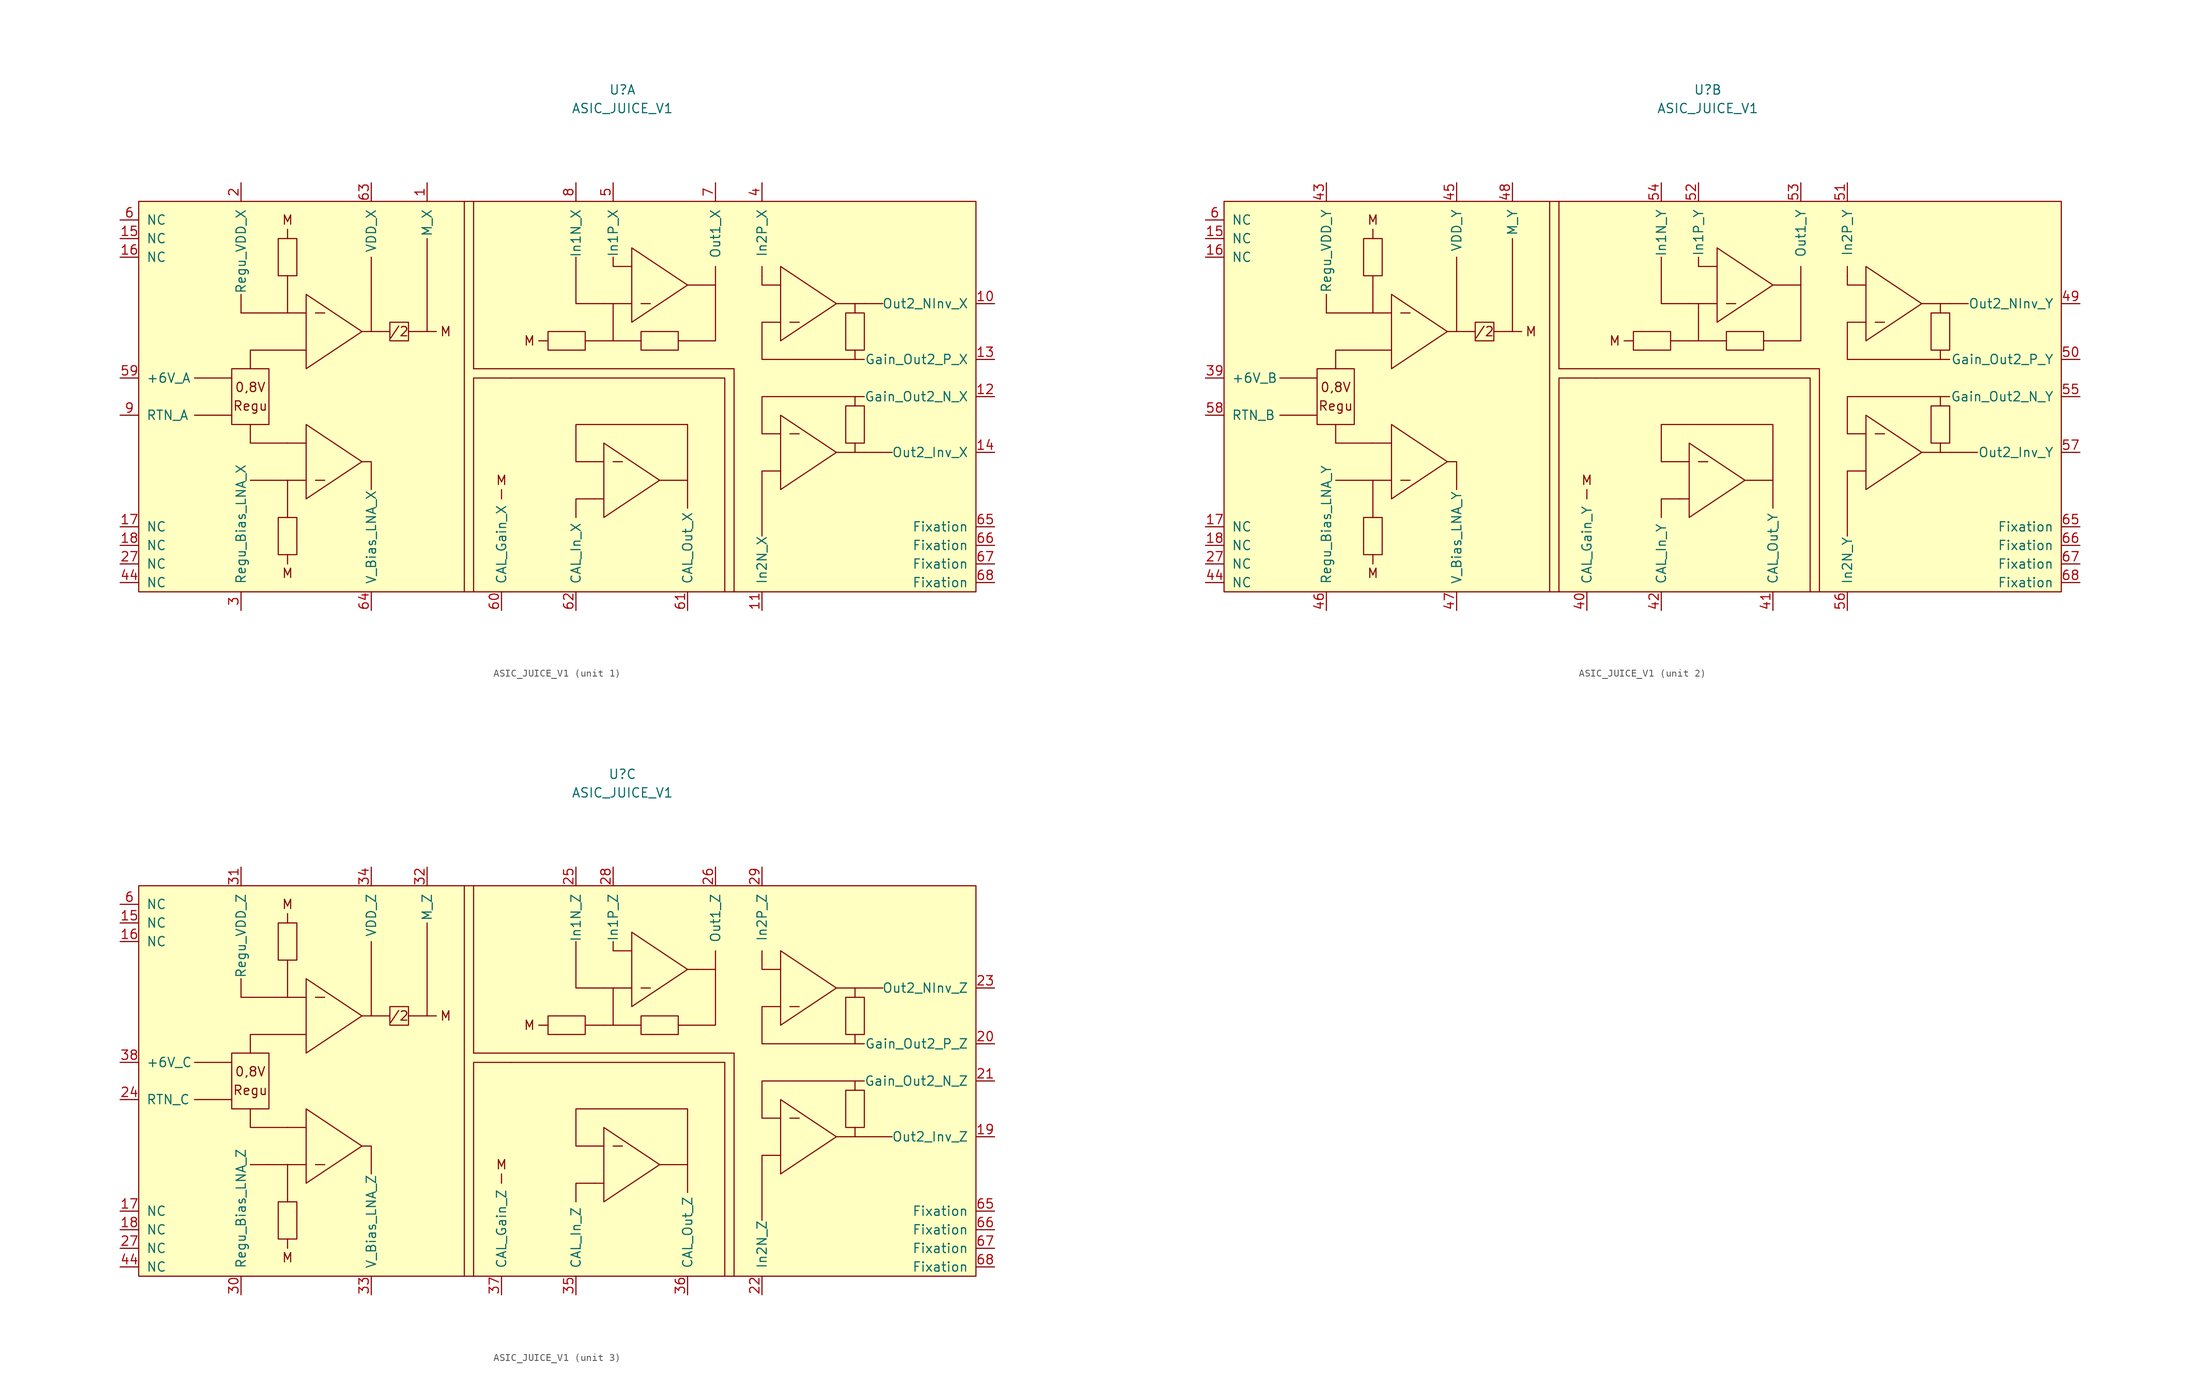
<source format=kicad_sym>
(kicad_symbol_lib
  (version 20211014)
  (generator kicad_symbol_editor)
  (symbol "ASIC_JUICE_V1"
    (pin_names
      (offset 1.016))
    (property "Reference" "U"
      (at 0 39.37 0)
      (effects (font (size 1.27 1.27))))
    (property "Value" "ASIC_JUICE_V1"
      (at 0 36.83 0)
      (effects (font (size 1.27 1.27))))
    (symbol "ASIC_JUICE_V1_0_0"
      (rectangle (start -46.99 13.97) (end -44.45 19.05) (stroke (width 0) (type default) (color 0 0 0 0)) (fill (type none)))
      (rectangle (start -44.45 -24.13) (end -46.99 -19.05) (stroke (width 0) (type default) (color 0 0 0 0)) (fill (type none)))
      (rectangle (start -31.75 5.08) (end -29.21 7.62) (stroke (width 0) (type default) (color 0 0 0 0)) (fill (type none)))
      (rectangle (start -10.16 3.81) (end -5.08 6.35) (stroke (width 0) (type default) (color 0 0 0 0)) (fill (type none)))
      (polyline (pts (xy -53.34 0) (xy -58.42 0)) (stroke (width 0) (type default) (color 0 0 0 0)) (fill (type none)))
      (polyline (pts (xy -52.07 8.89) (xy -52.07 11.43)) (stroke (width 0) (type default) (color 0 0 0 0)) (fill (type none)))
      (polyline (pts (xy -48.26 -13.97) (xy -50.8 -13.97)) (stroke (width 0) (type default) (color 0 0 0 0)) (fill (type none)))
      (polyline (pts (xy -45.72 -24.13) (xy -45.72 -25.4)) (stroke (width 0) (type default) (color 0 0 0 0)) (fill (type none)))
      (polyline (pts (xy -45.72 -13.97) (xy -48.26 -13.97)) (stroke (width 0) (type default) (color 0 0 0 0)) (fill (type none)))
      (polyline (pts (xy -45.72 -13.97) (xy -45.72 -19.05)) (stroke (width 0) (type default) (color 0 0 0 0)) (fill (type none)))
      (polyline (pts (xy -45.72 -13.97) (xy -43.18 -13.97)) (stroke (width 0) (type default) (color 0 0 0 0)) (fill (type none)))
      (polyline (pts (xy -45.72 -8.89) (xy -43.18 -8.89)) (stroke (width 0) (type default) (color 0 0 0 0)) (fill (type none)))
      (polyline (pts (xy -45.72 13.97) (xy -45.72 8.89)) (stroke (width 0) (type default) (color 0 0 0 0)) (fill (type none)))
      (polyline (pts (xy -45.72 19.05) (xy -45.72 20.32)) (stroke (width 0) (type default) (color 0 0 0 0)) (fill (type none)))
      (polyline (pts (xy -43.18 8.89) (xy -52.07 8.89)) (stroke (width 0) (type default) (color 0 0 0 0)) (fill (type none)))
      (polyline (pts (xy -41.91 -13.97) (xy -40.64 -13.97)) (stroke (width 0) (type default) (color 0 0 0 0)) (fill (type none)))
      (polyline (pts (xy -41.91 8.89) (xy -40.64 8.89)) (stroke (width 0) (type default) (color 0 0 0 0)) (fill (type none)))
      (polyline (pts (xy -34.29 11.43) (xy -34.29 16.51)) (stroke (width 0) (type default) (color 0 0 0 0)) (fill (type none)))
      (polyline (pts (xy -11.43 5.08) (xy -10.16 5.08)) (stroke (width 0) (type default) (color 0 0 0 0)) (fill (type none)))
      (polyline (pts (xy -2.54 5.08) (xy -1.27 5.08)) (stroke (width 0) (type default) (color 0 0 0 0)) (fill (type none)))
      (polyline (pts (xy -1.27 -11.43) (xy 0 -11.43)) (stroke (width 0) (type default) (color 0 0 0 0)) (fill (type none)))
      (polyline (pts (xy 2.54 10.16) (xy 3.81 10.16)) (stroke (width 0) (type default) (color 0 0 0 0)) (fill (type none)))
      (polyline (pts (xy 8.89 -13.97) (xy 8.89 -17.78)) (stroke (width 0) (type default) (color 0 0 0 0)) (fill (type none)))
      (polyline (pts (xy 12.7 12.7) (xy 12.7 15.24)) (stroke (width 0) (type default) (color 0 0 0 0)) (fill (type none)))
      (polyline (pts (xy 19.05 15.24) (xy 19.05 13.97)) (stroke (width 0) (type default) (color 0 0 0 0)) (fill (type none)))
      (polyline (pts (xy 22.86 -7.62) (xy 24.13 -7.62)) (stroke (width 0) (type default) (color 0 0 0 0)) (fill (type none)))
      (polyline (pts (xy 22.86 7.62) (xy 24.13 7.62)) (stroke (width 0) (type default) (color 0 0 0 0)) (fill (type none)))
      (polyline (pts (xy 29.21 -10.16) (xy 31.75 -10.16)) (stroke (width 0) (type default) (color 0 0 0 0)) (fill (type none)))
      (polyline (pts (xy 29.21 10.16) (xy 31.75 10.16)) (stroke (width 0) (type default) (color 0 0 0 0)) (fill (type none)))
      (polyline (pts (xy 31.75 -10.16) (xy 33.02 -10.16)) (stroke (width 0) (type default) (color 0 0 0 0)) (fill (type none)))
      (polyline (pts (xy 31.75 -8.89) (xy 31.75 -10.16)) (stroke (width 0) (type default) (color 0 0 0 0)) (fill (type none)))
      (polyline (pts (xy 31.75 -2.54) (xy 31.75 -3.81)) (stroke (width 0) (type default) (color 0 0 0 0)) (fill (type none)))
      (polyline (pts (xy 31.75 -2.54) (xy 33.02 -2.54)) (stroke (width 0) (type default) (color 0 0 0 0)) (fill (type none)))
      (polyline (pts (xy 31.75 2.54) (xy 33.02 2.54)) (stroke (width 0) (type default) (color 0 0 0 0)) (fill (type none)))
      (polyline (pts (xy 31.75 3.81) (xy 31.75 2.54)) (stroke (width 0) (type default) (color 0 0 0 0)) (fill (type none)))
      (polyline (pts (xy 31.75 10.16) (xy 31.75 8.89)) (stroke (width 0) (type default) (color 0 0 0 0)) (fill (type none)))
      (polyline (pts (xy 31.75 10.16) (xy 33.02 10.16)) (stroke (width 0) (type default) (color 0 0 0 0)) (fill (type none)))
      (polyline (pts (xy 33.02 -10.16) (xy 36.83 -10.16)) (stroke (width 0) (type default) (color 0 0 0 0)) (fill (type none)))
      (polyline (pts (xy 33.02 10.16) (xy 35.56 10.16)) (stroke (width 0) (type default) (color 0 0 0 0)) (fill (type none)))
      (polyline (pts (xy -35.56 6.35) (xy -34.29 6.35) (xy -34.29 11.43)) (stroke (width 0) (type default) (color 0 0 0 0)) (fill (type none)))
      (polyline (pts (xy -3.81 -16.51) (xy -6.35 -16.51) (xy -6.35 -19.05)) (stroke (width 0) (type default) (color 0 0 0 0)) (fill (type none)))
      (polyline (pts (xy -2.54 10.16) (xy -6.35 10.16) (xy -6.35 16.51)) (stroke (width 0) (type default) (color 0 0 0 0)) (fill (type none)))
      (polyline (pts (xy 1.27 15.24) (xy -1.27 15.24) (xy -1.27 16.51)) (stroke (width 0) (type default) (color 0 0 0 0)) (fill (type none)))
      (polyline (pts (xy 21.59 -12.7) (xy 19.05 -12.7) (xy 19.05 -21.59)) (stroke (width 0) (type default) (color 0 0 0 0)) (fill (type none)))
      (polyline (pts (xy 21.59 12.7) (xy 19.05 12.7) (xy 19.05 13.97)) (stroke (width 0) (type default) (color 0 0 0 0)) (fill (type none)))
      (polyline (pts (xy -43.18 -16.51) (xy -43.18 -6.35) (xy -35.56 -11.43) (xy -43.18 -16.51)) (stroke (width 0) (type default) (color 0 0 0 0)) (fill (type none)))
      (polyline (pts (xy -43.18 11.43) (xy -43.18 1.27) (xy -35.56 6.35) (xy -43.18 11.43)) (stroke (width 0) (type default) (color 0 0 0 0)) (fill (type none)))
      (polyline (pts (xy -2.54 -19.05) (xy 5.08 -13.97) (xy -2.54 -8.89) (xy -2.54 -19.05)) (stroke (width 0) (type default) (color 0 0 0 0)) (fill (type none)))
      (polyline (pts (xy 1.27 10.16) (xy -1.27 10.16) (xy -1.27 5.08) (xy 2.54 5.08)) (stroke (width 0) (type default) (color 0 0 0 0)) (fill (type none)))
      (polyline (pts (xy 8.89 5.08) (xy 12.7 5.08) (xy 12.7 12.7) (xy 10.16 12.7)) (stroke (width 0) (type default) (color 0 0 0 0)) (fill (type none)))
      (polyline (pts (xy 8.89 12.7) (xy 1.27 17.78) (xy 1.27 7.62) (xy 8.89 12.7)) (stroke (width 0) (type default) (color 0 0 0 0)) (fill (type none)))
      (polyline (pts (xy 21.59 -7.62) (xy 19.05 -7.62) (xy 19.05 -2.54) (xy 31.75 -2.54)) (stroke (width 0) (type default) (color 0 0 0 0)) (fill (type none)))
      (polyline (pts (xy 21.59 7.62) (xy 19.05 7.62) (xy 19.05 2.54) (xy 31.75 2.54)) (stroke (width 0) (type default) (color 0 0 0 0)) (fill (type none)))
      (polyline (pts (xy 21.59 15.24) (xy 21.59 5.08) (xy 29.21 10.16) (xy 21.59 15.24)) (stroke (width 0) (type default) (color 0 0 0 0)) (fill (type none)))
      (polyline (pts (xy 21.59 -5.08) (xy 21.59 -12.7) (xy 21.59 -15.24) (xy 29.21 -10.16) (xy 21.59 -5.08)) (stroke (width 0) (type default) (color 0 0 0 0)) (fill (type none)))
      (rectangle (start 2.54 3.81) (end 7.62 6.35) (stroke (width 0) (type default) (color 0 0 0 0)) (fill (type none)))
      (rectangle (start 30.48 -3.81) (end 33.02 -8.89) (stroke (width 0) (type default) (color 0 0 0 0)) (fill (type none)))
      (rectangle (start 30.48 8.89) (end 33.02 3.81) (stroke (width 0) (type default) (color 0 0 0 0)) (fill (type none)))
      (text "/2" (at -30.48 6.35 0) (effects (font (size 1.27 1.27))))
      (text "0,8V" (at -50.8 -1.27 0) (effects (font (size 1.27 1.27))))
      (text "M" (at -45.72 -26.67 0) (effects (font (size 1.27 1.27))))
      (text "M" (at -45.72 21.59 0) (effects (font (size 1.27 1.27))))
      (text "M" (at -24.13 6.35 0) (effects (font (size 1.27 1.27))))
      (text "M" (at -16.51 -13.97 0) (effects (font (size 1.27 1.27))))
      (text "M" (at -12.7 5.08 0) (effects (font (size 1.27 1.27))))
      (text "Regu" (at -50.8 -3.81 0) (effects (font (size 1.27 1.27)))))
    (symbol "ASIC_JUICE_V1_0_1"
      (rectangle (start -66.04 24.13) (end 48.26 -29.21) (stroke (width 0) (type default) (color 0 0 0 0)) (fill (type background)))
      (rectangle (start -53.34 1.27) (end -48.26 -6.35) (stroke (width 0) (type default) (color 0 0 0 0)) (fill (type none)))
      (polyline (pts (xy -53.34 -5.08) (xy -58.42 -5.08)) (stroke (width 0) (type default) (color 0 0 0 0)) (fill (type none)))
      (polyline (pts (xy -34.29 6.35) (xy -31.75 6.35)) (stroke (width 0) (type default) (color 0 0 0 0)) (fill (type none)))
      (polyline (pts (xy -29.21 6.35) (xy -25.4 6.35)) (stroke (width 0) (type default) (color 0 0 0 0)) (fill (type none)))
      (polyline (pts (xy -26.67 19.05) (xy -26.67 6.35)) (stroke (width 0) (type default) (color 0 0 0 0)) (fill (type none)))
      (polyline (pts (xy -21.59 -29.21) (xy -21.59 24.13)) (stroke (width 0) (type default) (color 0 0 0 0)) (fill (type none)))
      (polyline (pts (xy -20.32 24.13) (xy -20.32 1.27)) (stroke (width 0) (type default) (color 0 0 0 0)) (fill (type none)))
      (polyline (pts (xy -16.51 -16.51) (xy -16.51 -15.24)) (stroke (width 0) (type default) (color 0 0 0 0)) (fill (type none)))
      (polyline (pts (xy -3.81 -16.51) (xy -2.54 -16.51)) (stroke (width 0) (type default) (color 0 0 0 0)) (fill (type none)))
      (polyline (pts (xy -3.81 5.08) (xy -5.08 5.08)) (stroke (width 0) (type default) (color 0 0 0 0)) (fill (type none)))
      (polyline (pts (xy -3.81 5.08) (xy -2.54 5.08)) (stroke (width 0) (type default) (color 0 0 0 0)) (fill (type none)))
      (polyline (pts (xy -2.54 10.16) (xy -1.27 10.16)) (stroke (width 0) (type default) (color 0 0 0 0)) (fill (type none)))
      (polyline (pts (xy 7.62 5.08) (xy 8.89 5.08)) (stroke (width 0) (type default) (color 0 0 0 0)) (fill (type none)))
      (polyline (pts (xy 8.89 12.7) (xy 10.16 12.7)) (stroke (width 0) (type default) (color 0 0 0 0)) (fill (type none)))
      (polyline (pts (xy -50.8 -6.35) (xy -50.8 -8.89) (xy -45.72 -8.89)) (stroke (width 0) (type default) (color 0 0 0 0)) (fill (type none)))
      (polyline (pts (xy -43.18 3.81) (xy -50.8 3.81) (xy -50.8 1.27)) (stroke (width 0) (type default) (color 0 0 0 0)) (fill (type none)))
      (polyline (pts (xy -35.56 -11.43) (xy -34.29 -11.43) (xy -34.29 -15.24)) (stroke (width 0) (type default) (color 0 0 0 0)) (fill (type none)))
      (polyline (pts (xy -20.32 1.27) (xy 15.24 1.27) (xy 15.24 -29.21)) (stroke (width 0) (type default) (color 0 0 0 0)) (fill (type none)))
      (polyline (pts (xy -15.24 0) (xy -20.32 0) (xy -20.32 -29.21)) (stroke (width 0) (type default) (color 0 0 0 0)) (fill (type none)))
      (polyline (pts (xy -15.24 0) (xy 13.97 0) (xy 13.97 -29.21)) (stroke (width 0) (type default) (color 0 0 0 0)) (fill (type none)))
      (polyline (pts (xy -2.54 -11.43) (xy -6.35 -11.43) (xy -6.35 -6.35) (xy 8.89 -6.35) (xy 8.89 -13.97) (xy 5.08 -13.97)) (stroke (width 0) (type default) (color 0 0 0 0)) (fill (type none)))
      (pin power_in line (at -68.58 19.05 0) (length 2.54) (name "NC" (effects (font (size 1.27 1.27)))) (number "15" (effects (font (size 1.27 1.27)))))
      (pin power_in line (at -68.58 16.51 0) (length 2.54) (name "NC" (effects (font (size 1.27 1.27)))) (number "16" (effects (font (size 1.27 1.27)))))
      (pin power_in line (at -68.58 -20.32 0) (length 2.54) (name "NC" (effects (font (size 1.27 1.27)))) (number "17" (effects (font (size 1.27 1.27)))))
      (pin power_in line (at -68.58 -22.86 0) (length 2.54) (name "NC" (effects (font (size 1.27 1.27)))) (number "18" (effects (font (size 1.27 1.27)))))
      (pin power_in line (at -68.58 -25.4 0) (length 2.54) (name "NC" (effects (font (size 1.27 1.27)))) (number "27" (effects (font (size 1.27 1.27)))))
      (pin power_in line (at -68.58 -27.94 0) (length 2.54) (name "NC" (effects (font (size 1.27 1.27)))) (number "44" (effects (font (size 1.27 1.27)))))
      (pin power_in line (at -68.58 21.59 0) (length 2.54) (name "NC" (effects (font (size 1.27 1.27)))) (number "6" (effects (font (size 1.27 1.27)))))
      (pin power_in line (at 50.8 -20.32 180) (length 2.54) (name "Fixation" (effects (font (size 1.27 1.27)))) (number "65" (effects (font (size 1.27 1.27)))))
      (pin power_in line (at 50.8 -22.86 180) (length 2.54) (name "Fixation" (effects (font (size 1.27 1.27)))) (number "66" (effects (font (size 1.27 1.27)))))
      (pin power_in line (at 50.8 -25.4 180) (length 2.54) (name "Fixation" (effects (font (size 1.27 1.27)))) (number "67" (effects (font (size 1.27 1.27)))))
      (pin power_in line (at 50.8 -27.94 180) (length 2.54) (name "Fixation" (effects (font (size 1.27 1.27)))) (number "68" (effects (font (size 1.27 1.27))))))
    (symbol "ASIC_JUICE_V1_1_1"
      (pin output line (at -26.67 26.67 270) (length 2.54) (name "M_X" (effects (font (size 1.27 1.27)))) (number "1" (effects (font (size 1.27 1.27)))))
      (pin output line (at 50.8 10.16 180) (length 2.54) (name "Out2_NInv_X" (effects (font (size 1.27 1.27)))) (number "10" (effects (font (size 1.27 1.27)))))
      (pin input line (at 19.05 -31.75 90) (length 2.54) (name "In2N_X" (effects (font (size 1.27 1.27)))) (number "11" (effects (font (size 1.27 1.27)))))
      (pin passive line (at 50.8 -2.54 180) (length 2.54) (name "Gain_Out2_N_X" (effects (font (size 1.27 1.27)))) (number "12" (effects (font (size 1.27 1.27)))))
      (pin passive line (at 50.8 2.54 180) (length 2.54) (name "Gain_Out2_P_X" (effects (font (size 1.27 1.27)))) (number "13" (effects (font (size 1.27 1.27)))))
      (pin output line (at 50.8 -10.16 180) (length 2.54) (name "Out2_Inv_X" (effects (font (size 1.27 1.27)))) (number "14" (effects (font (size 1.27 1.27)))))
      (pin passive line (at -52.07 26.67 270) (length 2.54) (name "Regu_VDD_X" (effects (font (size 1.27 1.27)))) (number "2" (effects (font (size 1.27 1.27)))))
      (pin passive line (at -52.07 -31.75 90) (length 2.54) (name "Regu_Bias_LNA_X" (effects (font (size 1.27 1.27)))) (number "3" (effects (font (size 1.27 1.27)))))
      (pin input line (at 19.05 26.67 270) (length 2.54) (name "In2P_X" (effects (font (size 1.27 1.27)))) (number "4" (effects (font (size 1.27 1.27)))))
      (pin input line (at -1.27 26.67 270) (length 2.54) (name "In1P_X" (effects (font (size 1.27 1.27)))) (number "5" (effects (font (size 1.27 1.27)))))
      (pin power_in line (at -68.58 0 0) (length 2.54) (name "+6V_A" (effects (font (size 1.27 1.27)))) (number "59" (effects (font (size 1.27 1.27)))))
      (pin passive line (at -16.51 -31.75 90) (length 2.54) (name "CAL_Gain_X" (effects (font (size 1.27 1.27)))) (number "60" (effects (font (size 1.27 1.27)))))
      (pin output line (at 8.89 -31.75 90) (length 2.54) (name "CAL_Out_X" (effects (font (size 1.27 1.27)))) (number "61" (effects (font (size 1.27 1.27)))))
      (pin input line (at -6.35 -31.75 90) (length 2.54) (name "CAL_In_X" (effects (font (size 1.27 1.27)))) (number "62" (effects (font (size 1.27 1.27)))))
      (pin output line (at -34.29 26.67 270) (length 2.54) (name "VDD_X" (effects (font (size 1.27 1.27)))) (number "63" (effects (font (size 1.27 1.27)))))
      (pin output line (at -34.29 -31.75 90) (length 2.54) (name "V_Bias_LNA_X" (effects (font (size 1.27 1.27)))) (number "64" (effects (font (size 1.27 1.27)))))
      (pin output line (at 12.7 26.67 270) (length 2.54) (name "Out1_X" (effects (font (size 1.27 1.27)))) (number "7" (effects (font (size 1.27 1.27)))))
      (pin input line (at -6.35 26.67 270) (length 2.54) (name "In1N_X" (effects (font (size 1.27 1.27)))) (number "8" (effects (font (size 1.27 1.27)))))
      (pin power_in line (at -68.58 -5.08 0) (length 2.54) (name "RTN_A" (effects (font (size 1.27 1.27)))) (number "9" (effects (font (size 1.27 1.27))))))
    (symbol "ASIC_JUICE_V1_2_1"
      (pin power_in line (at -68.58 0 0) (length 2.54) (name "+6V_B" (effects (font (size 1.27 1.27)))) (number "39" (effects (font (size 1.27 1.27)))))
      (pin passive line (at -16.51 -31.75 90) (length 2.54) (name "CAL_Gain_Y" (effects (font (size 1.27 1.27)))) (number "40" (effects (font (size 1.27 1.27)))))
      (pin output line (at 8.89 -31.75 90) (length 2.54) (name "CAL_Out_Y" (effects (font (size 1.27 1.27)))) (number "41" (effects (font (size 1.27 1.27)))))
      (pin input line (at -6.35 -31.75 90) (length 2.54) (name "CAL_In_Y" (effects (font (size 1.27 1.27)))) (number "42" (effects (font (size 1.27 1.27)))))
      (pin passive line (at -52.07 26.67 270) (length 2.54) (name "Regu_VDD_Y" (effects (font (size 1.27 1.27)))) (number "43" (effects (font (size 1.27 1.27)))))
      (pin output line (at -34.29 26.67 270) (length 2.54) (name "VDD_Y" (effects (font (size 1.27 1.27)))) (number "45" (effects (font (size 1.27 1.27)))))
      (pin passive line (at -52.07 -31.75 90) (length 2.54) (name "Regu_Bias_LNA_Y" (effects (font (size 1.27 1.27)))) (number "46" (effects (font (size 1.27 1.27)))))
      (pin output line (at -34.29 -31.75 90) (length 2.54) (name "V_Bias_LNA_Y" (effects (font (size 1.27 1.27)))) (number "47" (effects (font (size 1.27 1.27)))))
      (pin output line (at -26.67 26.67 270) (length 2.54) (name "M_Y" (effects (font (size 1.27 1.27)))) (number "48" (effects (font (size 1.27 1.27)))))
      (pin output line (at 50.8 10.16 180) (length 2.54) (name "Out2_NInv_Y" (effects (font (size 1.27 1.27)))) (number "49" (effects (font (size 1.27 1.27)))))
      (pin passive line (at 50.8 2.54 180) (length 2.54) (name "Gain_Out2_P_Y" (effects (font (size 1.27 1.27)))) (number "50" (effects (font (size 1.27 1.27)))))
      (pin input line (at 19.05 26.67 270) (length 2.54) (name "In2P_Y" (effects (font (size 1.27 1.27)))) (number "51" (effects (font (size 1.27 1.27)))))
      (pin input line (at -1.27 26.67 270) (length 2.54) (name "In1P_Y" (effects (font (size 1.27 1.27)))) (number "52" (effects (font (size 1.27 1.27)))))
      (pin output line (at 12.7 26.67 270) (length 2.54) (name "Out1_Y" (effects (font (size 1.27 1.27)))) (number "53" (effects (font (size 1.27 1.27)))))
      (pin input line (at -6.35 26.67 270) (length 2.54) (name "In1N_Y" (effects (font (size 1.27 1.27)))) (number "54" (effects (font (size 1.27 1.27)))))
      (pin passive line (at 50.8 -2.54 180) (length 2.54) (name "Gain_Out2_N_Y" (effects (font (size 1.27 1.27)))) (number "55" (effects (font (size 1.27 1.27)))))
      (pin input line (at 19.05 -31.75 90) (length 2.54) (name "In2N_Y" (effects (font (size 1.27 1.27)))) (number "56" (effects (font (size 1.27 1.27)))))
      (pin output line (at 50.8 -10.16 180) (length 2.54) (name "Out2_Inv_Y" (effects (font (size 1.27 1.27)))) (number "57" (effects (font (size 1.27 1.27)))))
      (pin power_in line (at -68.58 -5.08 0) (length 2.54) (name "RTN_B" (effects (font (size 1.27 1.27)))) (number "58" (effects (font (size 1.27 1.27))))))
    (symbol "ASIC_JUICE_V1_3_1"
      (pin output line (at 50.8 -10.16 180) (length 2.54) (name "Out2_Inv_Z" (effects (font (size 1.27 1.27)))) (number "19" (effects (font (size 1.27 1.27)))))
      (pin passive line (at 50.8 2.54 180) (length 2.54) (name "Gain_Out2_P_Z" (effects (font (size 1.27 1.27)))) (number "20" (effects (font (size 1.27 1.27)))))
      (pin passive line (at 50.8 -2.54 180) (length 2.54) (name "Gain_Out2_N_Z" (effects (font (size 1.27 1.27)))) (number "21" (effects (font (size 1.27 1.27)))))
      (pin input line (at 19.05 -31.75 90) (length 2.54) (name "In2N_Z" (effects (font (size 1.27 1.27)))) (number "22" (effects (font (size 1.27 1.27)))))
      (pin output line (at 50.8 10.16 180) (length 2.54) (name "Out2_NInv_Z" (effects (font (size 1.27 1.27)))) (number "23" (effects (font (size 1.27 1.27)))))
      (pin power_in line (at -68.58 -5.08 0) (length 2.54) (name "RTN_C" (effects (font (size 1.27 1.27)))) (number "24" (effects (font (size 1.27 1.27)))))
      (pin input line (at -6.35 26.67 270) (length 2.54) (name "In1N_Z" (effects (font (size 1.27 1.27)))) (number "25" (effects (font (size 1.27 1.27)))))
      (pin output line (at 12.7 26.67 270) (length 2.54) (name "Out1_Z" (effects (font (size 1.27 1.27)))) (number "26" (effects (font (size 1.27 1.27)))))
      (pin input line (at -1.27 26.67 270) (length 2.54) (name "In1P_Z" (effects (font (size 1.27 1.27)))) (number "28" (effects (font (size 1.27 1.27)))))
      (pin input line (at 19.05 26.67 270) (length 2.54) (name "In2P_Z" (effects (font (size 1.27 1.27)))) (number "29" (effects (font (size 1.27 1.27)))))
      (pin passive line (at -52.07 -31.75 90) (length 2.54) (name "Regu_Bias_LNA_Z" (effects (font (size 1.27 1.27)))) (number "30" (effects (font (size 1.27 1.27)))))
      (pin passive line (at -52.07 26.67 270) (length 2.54) (name "Regu_VDD_Z" (effects (font (size 1.27 1.27)))) (number "31" (effects (font (size 1.27 1.27)))))
      (pin output line (at -26.67 26.67 270) (length 2.54) (name "M_Z" (effects (font (size 1.27 1.27)))) (number "32" (effects (font (size 1.27 1.27)))))
      (pin output line (at -34.29 -31.75 90) (length 2.54) (name "V_Bias_LNA_Z" (effects (font (size 1.27 1.27)))) (number "33" (effects (font (size 1.27 1.27)))))
      (pin output line (at -34.29 26.67 270) (length 2.54) (name "VDD_Z" (effects (font (size 1.27 1.27)))) (number "34" (effects (font (size 1.27 1.27)))))
      (pin input line (at -6.35 -31.75 90) (length 2.54) (name "CAL_In_Z" (effects (font (size 1.27 1.27)))) (number "35" (effects (font (size 1.27 1.27)))))
      (pin output line (at 8.89 -31.75 90) (length 2.54) (name "CAL_Out_Z" (effects (font (size 1.27 1.27)))) (number "36" (effects (font (size 1.27 1.27)))))
      (pin passive line (at -16.51 -31.75 90) (length 2.54) (name "CAL_Gain_Z" (effects (font (size 1.27 1.27)))) (number "37" (effects (font (size 1.27 1.27)))))
      (pin power_in line (at -68.58 0 0) (length 2.54) (name "+6V_C" (effects (font (size 1.27 1.27)))) (number "38" (effects (font (size 1.27 1.27))))))))
</source>
